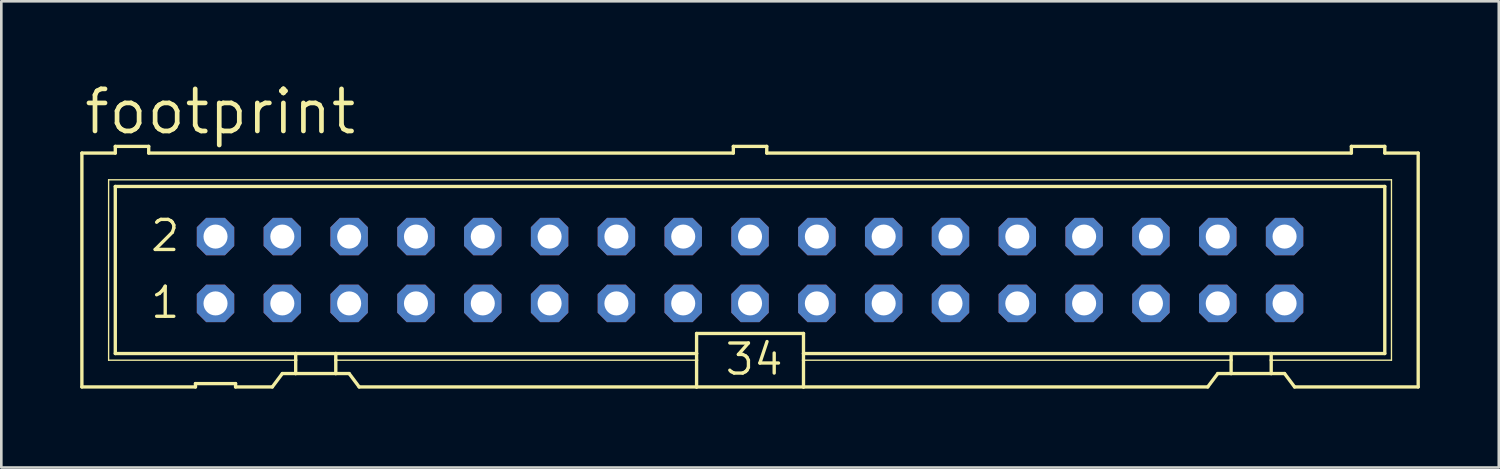
<source format=kicad_pcb>
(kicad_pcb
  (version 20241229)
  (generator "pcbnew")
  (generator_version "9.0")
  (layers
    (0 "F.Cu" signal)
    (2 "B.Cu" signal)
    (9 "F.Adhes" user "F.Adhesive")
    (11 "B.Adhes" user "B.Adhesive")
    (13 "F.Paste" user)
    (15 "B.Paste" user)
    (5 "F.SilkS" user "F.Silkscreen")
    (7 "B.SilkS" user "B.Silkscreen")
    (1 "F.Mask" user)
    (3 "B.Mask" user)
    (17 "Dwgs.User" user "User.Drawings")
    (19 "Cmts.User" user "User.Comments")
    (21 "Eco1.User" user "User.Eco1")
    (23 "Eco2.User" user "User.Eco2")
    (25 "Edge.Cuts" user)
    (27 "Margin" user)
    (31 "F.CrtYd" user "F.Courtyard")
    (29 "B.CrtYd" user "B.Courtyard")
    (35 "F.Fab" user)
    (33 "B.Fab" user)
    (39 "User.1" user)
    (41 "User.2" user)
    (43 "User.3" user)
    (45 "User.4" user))
  (footprint "footprint"
    (layer "F.Cu")
    (at 25.463 7.214)
    (property "Reference" "footprint" (at -25.4 -5.08 0) (layer "F.SilkS") (effects (font (size 1.6 1.6) (thickness 0.178)) (justify left bottom)))
    (fp_line (start -25.4 -4.445) (end -25.4 4.445) (stroke (width 0.127) (type solid)) (layer "F.SilkS"))
    (fp_line (start -25.4 -4.445) (end -24.13 -4.445) (stroke (width 0.127) (type solid)) (layer "F.SilkS"))
    (fp_line (start -25.4 4.445) (end -21.082 4.445) (stroke (width 0.127) (type solid)) (layer "F.SilkS"))
    (fp_line (start -24.384 -3.429) (end -24.384 3.429) (stroke (width 0.051) (type solid)) (layer "F.SilkS"))
    (fp_line (start -24.384 3.429) (end -17.272 3.429) (stroke (width 0.051) (type solid)) (layer "F.SilkS"))
    (fp_line (start -24.13 -4.699) (end -24.13 -4.445) (stroke (width 0.127) (type solid)) (layer "F.SilkS"))
    (fp_line (start -24.13 -3.175) (end -24.13 3.175) (stroke (width 0.127) (type solid)) (layer "F.SilkS"))
    (fp_line (start -24.13 -3.175) (end 24.13 -3.175) (stroke (width 0.127) (type solid)) (layer "F.SilkS"))
    (fp_line (start -22.86 -4.699) (end -24.13 -4.699) (stroke (width 0.127) (type solid)) (layer "F.SilkS"))
    (fp_line (start -22.86 -4.699) (end -22.86 -4.445) (stroke (width 0.127) (type solid)) (layer "F.SilkS"))
    (fp_line (start -22.86 -4.445) (end -0.635 -4.445) (stroke (width 0.127) (type solid)) (layer "F.SilkS"))
    (fp_line (start -21.082 4.318) (end -21.082 4.445) (stroke (width 0.127) (type solid)) (layer "F.SilkS"))
    (fp_line (start -21.082 4.318) (end -19.558 4.318) (stroke (width 0.127) (type solid)) (layer "F.SilkS"))
    (fp_line (start -19.558 4.445) (end -19.558 4.318) (stroke (width 0.127) (type solid)) (layer "F.SilkS"))
    (fp_line (start -19.558 4.445) (end -18.161 4.445) (stroke (width 0.127) (type solid)) (layer "F.SilkS"))
    (fp_line (start -18.161 4.445) (end -17.78 3.937) (stroke (width 0.127) (type solid)) (layer "F.SilkS"))
    (fp_line (start -17.272 3.175) (end -24.13 3.175) (stroke (width 0.127) (type solid)) (layer "F.SilkS"))
    (fp_line (start -17.272 3.175) (end -17.272 3.429) (stroke (width 0.127) (type solid)) (layer "F.SilkS"))
    (fp_line (start -17.272 3.429) (end -17.272 3.937) (stroke (width 0.127) (type solid)) (layer "F.SilkS"))
    (fp_line (start -17.272 3.937) (end -17.78 3.937) (stroke (width 0.127) (type solid)) (layer "F.SilkS"))
    (fp_line (start -15.748 3.175) (end -17.272 3.175) (stroke (width 0.127) (type solid)) (layer "F.SilkS"))
    (fp_line (start -15.748 3.175) (end -15.748 3.429) (stroke (width 0.127) (type solid)) (layer "F.SilkS"))
    (fp_line (start -15.748 3.429) (end -15.748 3.937) (stroke (width 0.127) (type solid)) (layer "F.SilkS"))
    (fp_line (start -15.748 3.429) (end -2.032 3.429) (stroke (width 0.051) (type solid)) (layer "F.SilkS"))
    (fp_line (start -15.748 3.937) (end -17.272 3.937) (stroke (width 0.127) (type solid)) (layer "F.SilkS"))
    (fp_line (start -15.24 3.937) (end -15.748 3.937) (stroke (width 0.127) (type solid)) (layer "F.SilkS"))
    (fp_line (start -15.24 3.937) (end -14.859 4.445) (stroke (width 0.127) (type solid)) (layer "F.SilkS"))
    (fp_line (start -14.859 4.445) (end -2.032 4.445) (stroke (width 0.127) (type solid)) (layer "F.SilkS"))
    (fp_line (start -2.032 3.175) (end -15.748 3.175) (stroke (width 0.127) (type solid)) (layer "F.SilkS"))
    (fp_line (start -2.032 3.175) (end -2.032 2.413) (stroke (width 0.127) (type solid)) (layer "F.SilkS"))
    (fp_line (start -2.032 3.175) (end -2.032 3.429) (stroke (width 0.127) (type solid)) (layer "F.SilkS"))
    (fp_line (start -2.032 3.429) (end -2.032 4.445) (stroke (width 0.127) (type solid)) (layer "F.SilkS"))
    (fp_line (start -0.635 -4.699) (end -0.635 -4.445) (stroke (width 0.127) (type solid)) (layer "F.SilkS"))
    (fp_line (start 0.635 -4.699) (end -0.635 -4.699) (stroke (width 0.127) (type solid)) (layer "F.SilkS"))
    (fp_line (start 0.635 -4.699) (end 0.635 -4.445) (stroke (width 0.127) (type solid)) (layer "F.SilkS"))
    (fp_line (start 0.635 -4.445) (end 22.86 -4.445) (stroke (width 0.127) (type solid)) (layer "F.SilkS"))
    (fp_line (start 2.032 2.413) (end -2.032 2.413) (stroke (width 0.127) (type solid)) (layer "F.SilkS"))
    (fp_line (start 2.032 2.413) (end 2.032 3.175) (stroke (width 0.127) (type solid)) (layer "F.SilkS"))
    (fp_line (start 2.032 3.175) (end 2.032 3.429) (stroke (width 0.127) (type solid)) (layer "F.SilkS"))
    (fp_line (start 2.032 3.429) (end 2.032 4.445) (stroke (width 0.127) (type solid)) (layer "F.SilkS"))
    (fp_line (start 2.032 4.445) (end -2.032 4.445) (stroke (width 0.127) (type solid)) (layer "F.SilkS"))
    (fp_line (start 17.399 4.445) (end 2.032 4.445) (stroke (width 0.127) (type solid)) (layer "F.SilkS"))
    (fp_line (start 17.399 4.445) (end 17.78 3.937) (stroke (width 0.127) (type solid)) (layer "F.SilkS"))
    (fp_line (start 18.288 3.175) (end 2.032 3.175) (stroke (width 0.127) (type solid)) (layer "F.SilkS"))
    (fp_line (start 18.288 3.175) (end 18.288 3.429) (stroke (width 0.127) (type solid)) (layer "F.SilkS"))
    (fp_line (start 18.288 3.429) (end 2.032 3.429) (stroke (width 0.051) (type solid)) (layer "F.SilkS"))
    (fp_line (start 18.288 3.429) (end 18.288 3.937) (stroke (width 0.127) (type solid)) (layer "F.SilkS"))
    (fp_line (start 18.288 3.937) (end 17.78 3.937) (stroke (width 0.127) (type solid)) (layer "F.SilkS"))
    (fp_line (start 19.812 3.175) (end 18.288 3.175) (stroke (width 0.127) (type solid)) (layer "F.SilkS"))
    (fp_line (start 19.812 3.175) (end 19.812 3.429) (stroke (width 0.127) (type solid)) (layer "F.SilkS"))
    (fp_line (start 19.812 3.429) (end 19.812 3.937) (stroke (width 0.127) (type solid)) (layer "F.SilkS"))
    (fp_line (start 19.812 3.429) (end 24.384 3.429) (stroke (width 0.051) (type solid)) (layer "F.SilkS"))
    (fp_line (start 19.812 3.937) (end 18.288 3.937) (stroke (width 0.127) (type solid)) (layer "F.SilkS"))
    (fp_line (start 20.32 3.937) (end 19.812 3.937) (stroke (width 0.127) (type solid)) (layer "F.SilkS"))
    (fp_line (start 20.32 3.937) (end 20.701 4.445) (stroke (width 0.127) (type solid)) (layer "F.SilkS"))
    (fp_line (start 22.86 -4.445) (end 22.86 -4.699) (stroke (width 0.127) (type solid)) (layer "F.SilkS"))
    (fp_line (start 24.13 -4.699) (end 22.86 -4.699) (stroke (width 0.127) (type solid)) (layer "F.SilkS"))
    (fp_line (start 24.13 -4.445) (end 24.13 -4.699) (stroke (width 0.127) (type solid)) (layer "F.SilkS"))
    (fp_line (start 24.13 -4.445) (end 25.4 -4.445) (stroke (width 0.127) (type solid)) (layer "F.SilkS"))
    (fp_line (start 24.13 3.175) (end 19.812 3.175) (stroke (width 0.127) (type solid)) (layer "F.SilkS"))
    (fp_line (start 24.13 3.175) (end 24.13 -3.175) (stroke (width 0.127) (type solid)) (layer "F.SilkS"))
    (fp_line (start 24.384 -3.429) (end -24.384 -3.429) (stroke (width 0.051) (type solid)) (layer "F.SilkS"))
    (fp_line (start 24.384 3.429) (end 24.384 -3.429) (stroke (width 0.051) (type solid)) (layer "F.SilkS"))
    (fp_line (start 25.4 4.445) (end 20.701 4.445) (stroke (width 0.127) (type solid)) (layer "F.SilkS"))
    (fp_line (start 25.4 4.445) (end 25.4 -4.445) (stroke (width 0.127) (type solid)) (layer "F.SilkS"))
    (fp_poly (pts (xy -20.574 -1.016) (xy -20.066 -1.016) (xy -20.066 -1.524) (xy -20.574 -1.524)) (stroke (width 0.1) (type solid)) (fill no) (layer "F.Fab"))
    (fp_poly (pts (xy -20.574 1.524) (xy -20.066 1.524) (xy -20.066 1.016) (xy -20.574 1.016)) (stroke (width 0.1) (type solid)) (fill no) (layer "F.Fab"))
    (fp_poly (pts (xy -18.034 -1.016) (xy -17.526 -1.016) (xy -17.526 -1.524) (xy -18.034 -1.524)) (stroke (width 0.1) (type solid)) (fill no) (layer "F.Fab"))
    (fp_poly (pts (xy -18.034 1.524) (xy -17.526 1.524) (xy -17.526 1.016) (xy -18.034 1.016)) (stroke (width 0.1) (type solid)) (fill no) (layer "F.Fab"))
    (fp_poly (pts (xy -15.494 -1.016) (xy -14.986 -1.016) (xy -14.986 -1.524) (xy -15.494 -1.524)) (stroke (width 0.1) (type solid)) (fill no) (layer "F.Fab"))
    (fp_poly (pts (xy -15.494 1.524) (xy -14.986 1.524) (xy -14.986 1.016) (xy -15.494 1.016)) (stroke (width 0.1) (type solid)) (fill no) (layer "F.Fab"))
    (fp_poly (pts (xy -12.954 -1.016) (xy -12.446 -1.016) (xy -12.446 -1.524) (xy -12.954 -1.524)) (stroke (width 0.1) (type solid)) (fill no) (layer "F.Fab"))
    (fp_poly (pts (xy -12.954 1.524) (xy -12.446 1.524) (xy -12.446 1.016) (xy -12.954 1.016)) (stroke (width 0.1) (type solid)) (fill no) (layer "F.Fab"))
    (fp_poly (pts (xy -10.414 -1.016) (xy -9.906 -1.016) (xy -9.906 -1.524) (xy -10.414 -1.524)) (stroke (width 0.1) (type solid)) (fill no) (layer "F.Fab"))
    (fp_poly (pts (xy -10.414 1.524) (xy -9.906 1.524) (xy -9.906 1.016) (xy -10.414 1.016)) (stroke (width 0.1) (type solid)) (fill no) (layer "F.Fab"))
    (fp_poly (pts (xy -7.874 -1.016) (xy -7.366 -1.016) (xy -7.366 -1.524) (xy -7.874 -1.524)) (stroke (width 0.1) (type solid)) (fill no) (layer "F.Fab"))
    (fp_poly (pts (xy -7.874 1.524) (xy -7.366 1.524) (xy -7.366 1.016) (xy -7.874 1.016)) (stroke (width 0.1) (type solid)) (fill no) (layer "F.Fab"))
    (fp_poly (pts (xy -5.334 -1.016) (xy -4.826 -1.016) (xy -4.826 -1.524) (xy -5.334 -1.524)) (stroke (width 0.1) (type solid)) (fill no) (layer "F.Fab"))
    (fp_poly (pts (xy -5.334 1.524) (xy -4.826 1.524) (xy -4.826 1.016) (xy -5.334 1.016)) (stroke (width 0.1) (type solid)) (fill no) (layer "F.Fab"))
    (fp_poly (pts (xy -2.794 -1.016) (xy -2.286 -1.016) (xy -2.286 -1.524) (xy -2.794 -1.524)) (stroke (width 0.1) (type solid)) (fill no) (layer "F.Fab"))
    (fp_poly (pts (xy -2.794 1.524) (xy -2.286 1.524) (xy -2.286 1.016) (xy -2.794 1.016)) (stroke (width 0.1) (type solid)) (fill no) (layer "F.Fab"))
    (fp_poly (pts (xy -0.254 -1.016) (xy 0.254 -1.016) (xy 0.254 -1.524) (xy -0.254 -1.524)) (stroke (width 0.1) (type solid)) (fill no) (layer "F.Fab"))
    (fp_poly (pts (xy -0.254 1.524) (xy 0.254 1.524) (xy 0.254 1.016) (xy -0.254 1.016)) (stroke (width 0.1) (type solid)) (fill no) (layer "F.Fab"))
    (fp_poly (pts (xy 2.286 -1.016) (xy 2.794 -1.016) (xy 2.794 -1.524) (xy 2.286 -1.524)) (stroke (width 0.1) (type solid)) (fill no) (layer "F.Fab"))
    (fp_poly (pts (xy 2.286 1.524) (xy 2.794 1.524) (xy 2.794 1.016) (xy 2.286 1.016)) (stroke (width 0.1) (type solid)) (fill no) (layer "F.Fab"))
    (fp_poly (pts (xy 4.826 -1.016) (xy 5.334 -1.016) (xy 5.334 -1.524) (xy 4.826 -1.524)) (stroke (width 0.1) (type solid)) (fill no) (layer "F.Fab"))
    (fp_poly (pts (xy 4.826 1.524) (xy 5.334 1.524) (xy 5.334 1.016) (xy 4.826 1.016)) (stroke (width 0.1) (type solid)) (fill no) (layer "F.Fab"))
    (fp_poly (pts (xy 7.366 -1.016) (xy 7.874 -1.016) (xy 7.874 -1.524) (xy 7.366 -1.524)) (stroke (width 0.1) (type solid)) (fill no) (layer "F.Fab"))
    (fp_poly (pts (xy 7.366 1.524) (xy 7.874 1.524) (xy 7.874 1.016) (xy 7.366 1.016)) (stroke (width 0.1) (type solid)) (fill no) (layer "F.Fab"))
    (fp_poly (pts (xy 9.906 -1.016) (xy 10.414 -1.016) (xy 10.414 -1.524) (xy 9.906 -1.524)) (stroke (width 0.1) (type solid)) (fill no) (layer "F.Fab"))
    (fp_poly (pts (xy 9.906 1.524) (xy 10.414 1.524) (xy 10.414 1.016) (xy 9.906 1.016)) (stroke (width 0.1) (type solid)) (fill no) (layer "F.Fab"))
    (fp_poly (pts (xy 12.446 -1.016) (xy 12.954 -1.016) (xy 12.954 -1.524) (xy 12.446 -1.524)) (stroke (width 0.1) (type solid)) (fill no) (layer "F.Fab"))
    (fp_poly (pts (xy 12.446 1.524) (xy 12.954 1.524) (xy 12.954 1.016) (xy 12.446 1.016)) (stroke (width 0.1) (type solid)) (fill no) (layer "F.Fab"))
    (fp_poly (pts (xy 14.986 -1.016) (xy 15.494 -1.016) (xy 15.494 -1.524) (xy 14.986 -1.524)) (stroke (width 0.1) (type solid)) (fill no) (layer "F.Fab"))
    (fp_poly (pts (xy 14.986 1.524) (xy 15.494 1.524) (xy 15.494 1.016) (xy 14.986 1.016)) (stroke (width 0.1) (type solid)) (fill no) (layer "F.Fab"))
    (fp_poly (pts (xy 17.526 -1.016) (xy 18.034 -1.016) (xy 18.034 -1.524) (xy 17.526 -1.524)) (stroke (width 0.1) (type solid)) (fill no) (layer "F.Fab"))
    (fp_poly (pts (xy 17.526 1.524) (xy 18.034 1.524) (xy 18.034 1.016) (xy 17.526 1.016)) (stroke (width 0.1) (type solid)) (fill no) (layer "F.Fab"))
    (fp_poly (pts (xy 20.066 -1.016) (xy 20.574 -1.016) (xy 20.574 -1.524) (xy 20.066 -1.524)) (stroke (width 0.1) (type solid)) (fill no) (layer "F.Fab"))
    (fp_poly (pts (xy 20.066 1.524) (xy 20.574 1.524) (xy 20.574 1.016) (xy 20.066 1.016)) (stroke (width 0.1) (type solid)) (fill no) (layer "F.Fab"))
    (fp_text user "2" (at -22.86 -0.635 0) (layer "F.SilkS") (effects (font (size 1.143 1.143) (thickness 0.127)) (justify left bottom)))
    (fp_text user "34" (at -1.016 4.064 0) (layer "F.SilkS") (effects (font (size 1.143 1.143) (thickness 0.127)) (justify left bottom)))
    (fp_text user "1" (at -22.86 1.905 0) (layer "F.SilkS") (effects (font (size 1.143 1.143) (thickness 0.127)) (justify left bottom)))
    (pad "1" thru_hole roundrect (at -20.32 1.27) (size 1.422 1.422) (drill 0.914) (layers "*.Cu" "*.Mask") (roundrect_rratio 0.25) (chamfer_ratio 0.25) (chamfer top_left top_right bottom_left bottom_right))
    (pad "2" thru_hole roundrect (at -20.32 -1.27) (size 1.422 1.422) (drill 0.914) (layers "*.Cu" "*.Mask") (roundrect_rratio 0.25) (chamfer_ratio 0.25) (chamfer top_left top_right bottom_left bottom_right))
    (pad "3" thru_hole roundrect (at -17.78 1.27) (size 1.422 1.422) (drill 0.914) (layers "*.Cu" "*.Mask") (roundrect_rratio 0.25) (chamfer_ratio 0.25) (chamfer top_left top_right bottom_left bottom_right))
    (pad "4" thru_hole roundrect (at -17.78 -1.27) (size 1.422 1.422) (drill 0.914) (layers "*.Cu" "*.Mask") (roundrect_rratio 0.25) (chamfer_ratio 0.25) (chamfer top_left top_right bottom_left bottom_right))
    (pad "5" thru_hole roundrect (at -15.24 1.27) (size 1.422 1.422) (drill 0.914) (layers "*.Cu" "*.Mask") (roundrect_rratio 0.25) (chamfer_ratio 0.25) (chamfer top_left top_right bottom_left bottom_right))
    (pad "6" thru_hole roundrect (at -15.24 -1.27) (size 1.422 1.422) (drill 0.914) (layers "*.Cu" "*.Mask") (roundrect_rratio 0.25) (chamfer_ratio 0.25) (chamfer top_left top_right bottom_left bottom_right))
    (pad "7" thru_hole roundrect (at -12.7 1.27) (size 1.422 1.422) (drill 0.914) (layers "*.Cu" "*.Mask") (roundrect_rratio 0.25) (chamfer_ratio 0.25) (chamfer top_left top_right bottom_left bottom_right))
    (pad "8" thru_hole roundrect (at -12.7 -1.27) (size 1.422 1.422) (drill 0.914) (layers "*.Cu" "*.Mask") (roundrect_rratio 0.25) (chamfer_ratio 0.25) (chamfer top_left top_right bottom_left bottom_right))
    (pad "9" thru_hole roundrect (at -10.16 1.27) (size 1.422 1.422) (drill 0.914) (layers "*.Cu" "*.Mask") (roundrect_rratio 0.25) (chamfer_ratio 0.25) (chamfer top_left top_right bottom_left bottom_right))
    (pad "10" thru_hole roundrect (at -10.16 -1.27) (size 1.422 1.422) (drill 0.914) (layers "*.Cu" "*.Mask") (roundrect_rratio 0.25) (chamfer_ratio 0.25) (chamfer top_left top_right bottom_left bottom_right))
    (pad "11" thru_hole roundrect (at -7.62 1.27) (size 1.422 1.422) (drill 0.914) (layers "*.Cu" "*.Mask") (roundrect_rratio 0.25) (chamfer_ratio 0.25) (chamfer top_left top_right bottom_left bottom_right))
    (pad "12" thru_hole roundrect (at -7.62 -1.27) (size 1.422 1.422) (drill 0.914) (layers "*.Cu" "*.Mask") (roundrect_rratio 0.25) (chamfer_ratio 0.25) (chamfer top_left top_right bottom_left bottom_right))
    (pad "13" thru_hole roundrect (at -5.08 1.27) (size 1.422 1.422) (drill 0.914) (layers "*.Cu" "*.Mask") (roundrect_rratio 0.25) (chamfer_ratio 0.25) (chamfer top_left top_right bottom_left bottom_right))
    (pad "14" thru_hole roundrect (at -5.08 -1.27) (size 1.422 1.422) (drill 0.914) (layers "*.Cu" "*.Mask") (roundrect_rratio 0.25) (chamfer_ratio 0.25) (chamfer top_left top_right bottom_left bottom_right))
    (pad "15" thru_hole roundrect (at -2.54 1.27) (size 1.422 1.422) (drill 0.914) (layers "*.Cu" "*.Mask") (roundrect_rratio 0.25) (chamfer_ratio 0.25) (chamfer top_left top_right bottom_left bottom_right))
    (pad "16" thru_hole roundrect (at -2.54 -1.27) (size 1.422 1.422) (drill 0.914) (layers "*.Cu" "*.Mask") (roundrect_rratio 0.25) (chamfer_ratio 0.25) (chamfer top_left top_right bottom_left bottom_right))
    (pad "17" thru_hole roundrect (at 0 1.27) (size 1.422 1.422) (drill 0.914) (layers "*.Cu" "*.Mask") (roundrect_rratio 0.25) (chamfer_ratio 0.25) (chamfer top_left top_right bottom_left bottom_right))
    (pad "18" thru_hole roundrect (at 0 -1.27) (size 1.422 1.422) (drill 0.914) (layers "*.Cu" "*.Mask") (roundrect_rratio 0.25) (chamfer_ratio 0.25) (chamfer top_left top_right bottom_left bottom_right))
    (pad "19" thru_hole roundrect (at 2.54 1.27) (size 1.422 1.422) (drill 0.914) (layers "*.Cu" "*.Mask") (roundrect_rratio 0.25) (chamfer_ratio 0.25) (chamfer top_left top_right bottom_left bottom_right))
    (pad "20" thru_hole roundrect (at 2.54 -1.27) (size 1.422 1.422) (drill 0.914) (layers "*.Cu" "*.Mask") (roundrect_rratio 0.25) (chamfer_ratio 0.25) (chamfer top_left top_right bottom_left bottom_right))
    (pad "21" thru_hole roundrect (at 5.08 1.27) (size 1.422 1.422) (drill 0.914) (layers "*.Cu" "*.Mask") (roundrect_rratio 0.25) (chamfer_ratio 0.25) (chamfer top_left top_right bottom_left bottom_right))
    (pad "22" thru_hole roundrect (at 5.08 -1.27) (size 1.422 1.422) (drill 0.914) (layers "*.Cu" "*.Mask") (roundrect_rratio 0.25) (chamfer_ratio 0.25) (chamfer top_left top_right bottom_left bottom_right))
    (pad "23" thru_hole roundrect (at 7.62 1.27) (size 1.422 1.422) (drill 0.914) (layers "*.Cu" "*.Mask") (roundrect_rratio 0.25) (chamfer_ratio 0.25) (chamfer top_left top_right bottom_left bottom_right))
    (pad "24" thru_hole roundrect (at 7.62 -1.27) (size 1.422 1.422) (drill 0.914) (layers "*.Cu" "*.Mask") (roundrect_rratio 0.25) (chamfer_ratio 0.25) (chamfer top_left top_right bottom_left bottom_right))
    (pad "25" thru_hole roundrect (at 10.16 1.27) (size 1.422 1.422) (drill 0.914) (layers "*.Cu" "*.Mask") (roundrect_rratio 0.25) (chamfer_ratio 0.25) (chamfer top_left top_right bottom_left bottom_right))
    (pad "26" thru_hole roundrect (at 10.16 -1.27) (size 1.422 1.422) (drill 0.914) (layers "*.Cu" "*.Mask") (roundrect_rratio 0.25) (chamfer_ratio 0.25) (chamfer top_left top_right bottom_left bottom_right))
    (pad "27" thru_hole roundrect (at 12.7 1.27) (size 1.422 1.422) (drill 0.914) (layers "*.Cu" "*.Mask") (roundrect_rratio 0.25) (chamfer_ratio 0.25) (chamfer top_left top_right bottom_left bottom_right))
    (pad "28" thru_hole roundrect (at 12.7 -1.27) (size 1.422 1.422) (drill 0.914) (layers "*.Cu" "*.Mask") (roundrect_rratio 0.25) (chamfer_ratio 0.25) (chamfer top_left top_right bottom_left bottom_right))
    (pad "29" thru_hole roundrect (at 15.24 1.27) (size 1.422 1.422) (drill 0.914) (layers "*.Cu" "*.Mask") (roundrect_rratio 0.25) (chamfer_ratio 0.25) (chamfer top_left top_right bottom_left bottom_right))
    (pad "30" thru_hole roundrect (at 15.24 -1.27) (size 1.422 1.422) (drill 0.914) (layers "*.Cu" "*.Mask") (roundrect_rratio 0.25) (chamfer_ratio 0.25) (chamfer top_left top_right bottom_left bottom_right))
    (pad "31" thru_hole roundrect (at 17.78 1.27) (size 1.422 1.422) (drill 0.914) (layers "*.Cu" "*.Mask") (roundrect_rratio 0.25) (chamfer_ratio 0.25) (chamfer top_left top_right bottom_left bottom_right))
    (pad "32" thru_hole roundrect (at 17.78 -1.27) (size 1.422 1.422) (drill 0.914) (layers "*.Cu" "*.Mask") (roundrect_rratio 0.25) (chamfer_ratio 0.25) (chamfer top_left top_right bottom_left bottom_right))
    (pad "33" thru_hole roundrect (at 20.32 1.27) (size 1.422 1.422) (drill 0.914) (layers "*.Cu" "*.Mask") (roundrect_rratio 0.25) (chamfer_ratio 0.25) (chamfer top_left top_right bottom_left bottom_right))
    (pad "34" thru_hole roundrect (at 20.32 -1.27) (size 1.422 1.422) (drill 0.914) (layers "*.Cu" "*.Mask") (roundrect_rratio 0.25) (chamfer_ratio 0.25) (chamfer top_left top_right bottom_left bottom_right)))
  (gr_rect
    (start -3 -3)
    (end 53.927 14.722)
    (stroke (width 0.1) (type default))
    (fill no)
    (layer "Edge.Cuts")))
</source>
